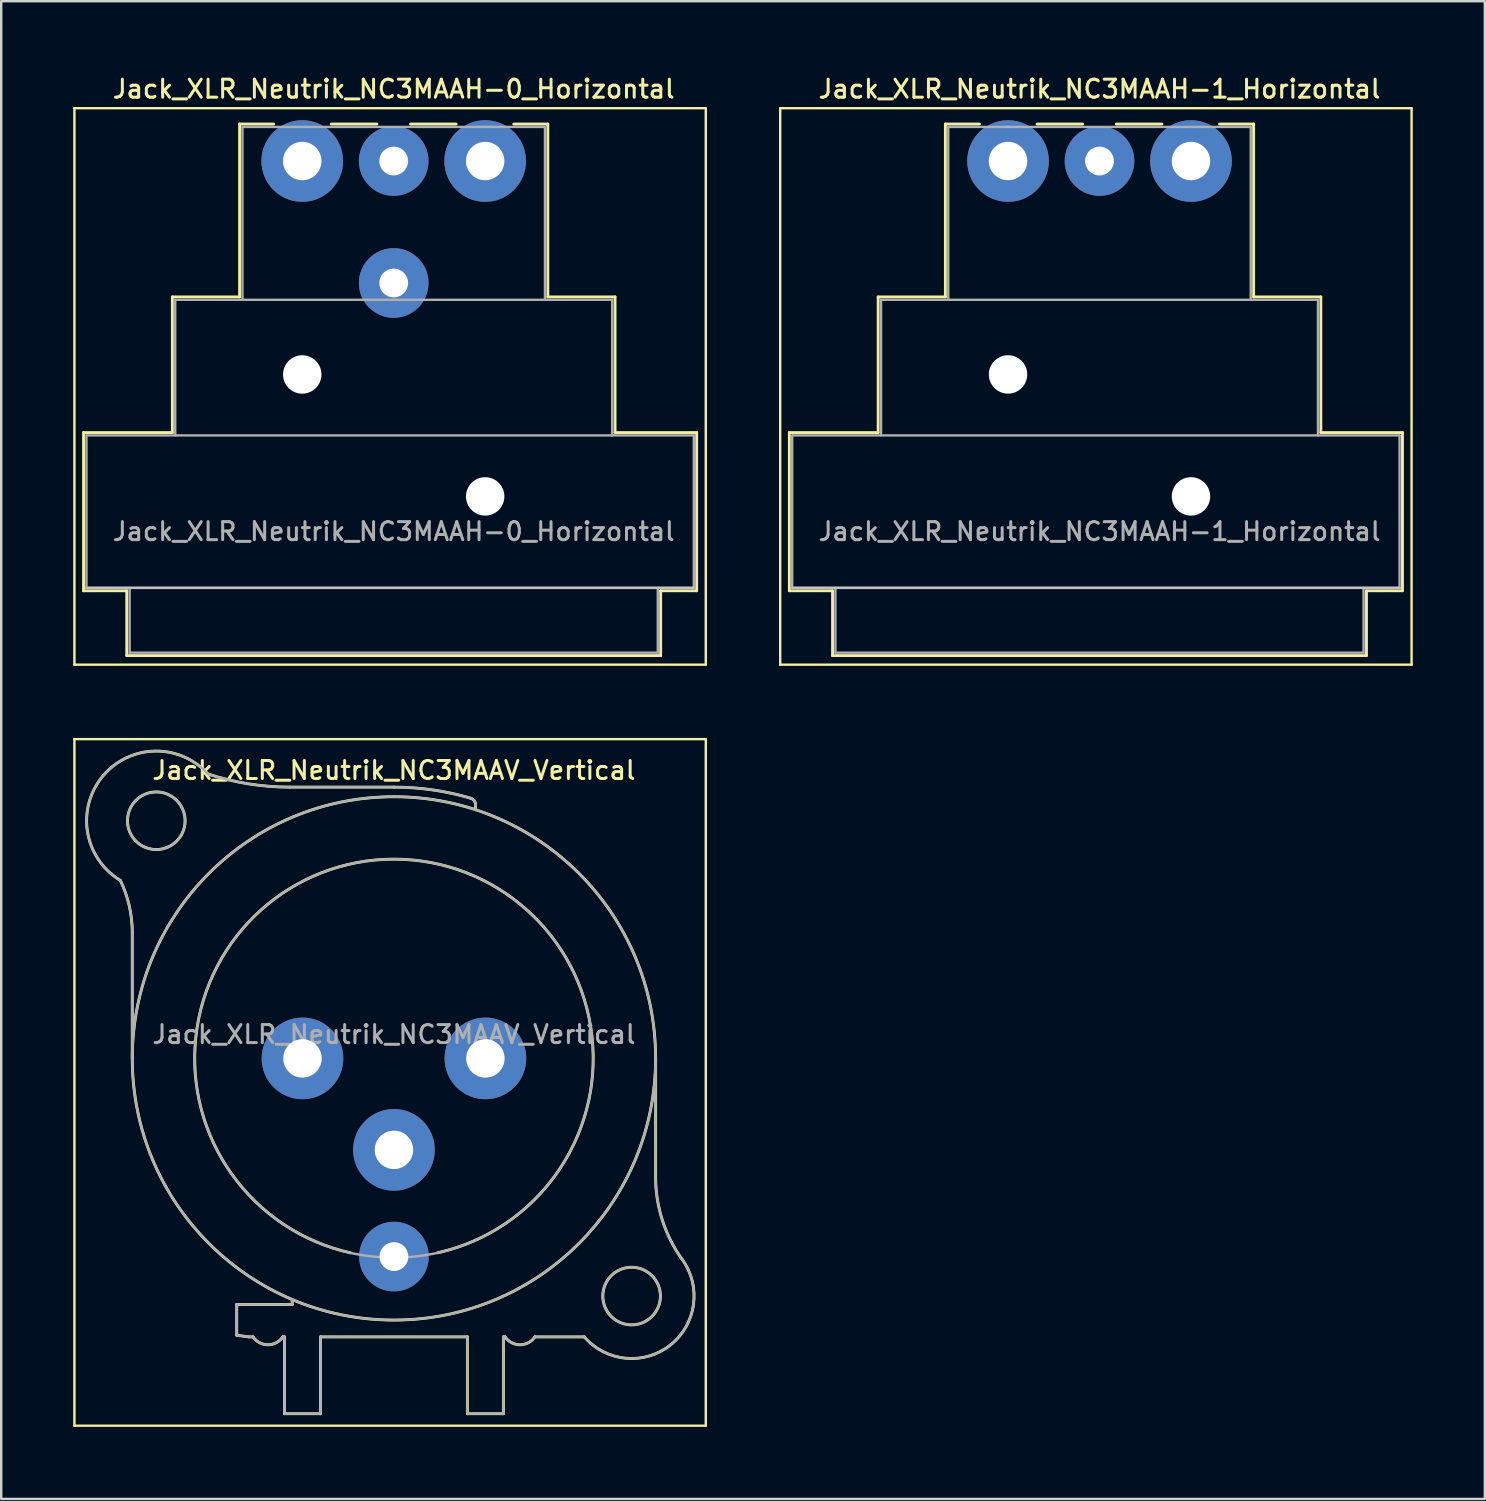
<source format=kicad_pcb>
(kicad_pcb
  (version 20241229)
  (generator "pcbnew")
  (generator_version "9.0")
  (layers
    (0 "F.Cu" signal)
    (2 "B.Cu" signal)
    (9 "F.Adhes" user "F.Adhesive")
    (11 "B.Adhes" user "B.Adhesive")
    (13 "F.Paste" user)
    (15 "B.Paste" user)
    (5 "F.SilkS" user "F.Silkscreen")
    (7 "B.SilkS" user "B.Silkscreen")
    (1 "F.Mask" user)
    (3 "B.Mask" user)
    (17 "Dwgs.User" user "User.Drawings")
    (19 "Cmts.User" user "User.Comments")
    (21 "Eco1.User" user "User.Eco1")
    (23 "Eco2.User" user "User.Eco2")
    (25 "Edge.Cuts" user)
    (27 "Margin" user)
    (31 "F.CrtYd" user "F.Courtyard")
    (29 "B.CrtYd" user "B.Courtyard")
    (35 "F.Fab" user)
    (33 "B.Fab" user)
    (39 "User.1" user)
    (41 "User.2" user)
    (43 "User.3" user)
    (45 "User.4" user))
  (footprint "Jack_XLR_Neutrik_NC3MAAH-1_Horizontal"
    (layer "F.Cu")
    (at 38.94 3.658)
    (property "Reference" "Jack_XLR_Neutrik_NC3MAAH-1_Horizontal" (at 3.81 -3 0) (layer "F.SilkS") (effects (font (size 0.75 0.75) (thickness 0.125))))
    (attr through_hole)
    (fp_line (start -9.49 20.98) (end -9.49 -2.2) (stroke (width 0.1) (type solid)) (layer "F.SilkS"))
    (fp_line (start -9.11 11.31) (end -5.41 11.31) (stroke (width 0.12) (type solid)) (layer "F.SilkS"))
    (fp_line (start -9.11 17.9) (end -9.11 11.31) (stroke (width 0.12) (type solid)) (layer "F.SilkS"))
    (fp_line (start -7.31 17.9) (end -9.11 17.9) (stroke (width 0.12) (type solid)) (layer "F.SilkS"))
    (fp_line (start -7.31 17.9) (end -7.31 20.6) (stroke (width 0.12) (type solid)) (layer "F.SilkS"))
    (fp_line (start -5.41 11.31) (end -5.41 5.66) (stroke (width 0.12) (type solid)) (layer "F.SilkS"))
    (fp_line (start -2.61 5.66) (end -5.41 5.66) (stroke (width 0.12) (type solid)) (layer "F.SilkS"))
    (fp_line (start -2.61 5.66) (end -2.61 -1.54) (stroke (width 0.12) (type solid)) (layer "F.SilkS"))
    (fp_line (start -1.19 -1.54) (end -2.61 -1.54) (stroke (width 0.12) (type solid)) (layer "F.SilkS"))
    (fp_line (start 3.11 -1.54) (end 1.21 -1.54) (stroke (width 0.12) (type solid)) (layer "F.SilkS"))
    (fp_line (start 4.51 -1.54) (end 6.41 -1.54) (stroke (width 0.12) (type solid)) (layer "F.SilkS"))
    (fp_line (start 10.23 -1.54) (end 8.81 -1.54) (stroke (width 0.12) (type solid)) (layer "F.SilkS"))
    (fp_line (start 10.23 5.66) (end 10.23 -1.54) (stroke (width 0.12) (type solid)) (layer "F.SilkS"))
    (fp_line (start 10.23 5.66) (end 13.03 5.66) (stroke (width 0.12) (type solid)) (layer "F.SilkS"))
    (fp_line (start 13.03 11.31) (end 13.03 5.66) (stroke (width 0.12) (type solid)) (layer "F.SilkS"))
    (fp_line (start 13.03 11.31) (end 16.43 11.31) (stroke (width 0.12) (type solid)) (layer "F.SilkS"))
    (fp_line (start 14.93 17.9) (end 14.93 20.6) (stroke (width 0.12) (type solid)) (layer "F.SilkS"))
    (fp_line (start 14.93 20.6) (end -7.31 20.6) (stroke (width 0.12) (type solid)) (layer "F.SilkS"))
    (fp_line (start 16.43 17.9) (end 14.93 17.9) (stroke (width 0.12) (type solid)) (layer "F.SilkS"))
    (fp_line (start 16.43 17.9) (end 16.43 11.31) (stroke (width 0.12) (type solid)) (layer "F.SilkS"))
    (fp_line (start 16.81 -2.2) (end -9.49 -2.2) (stroke (width 0.1) (type solid)) (layer "F.SilkS"))
    (fp_line (start 16.81 20.98) (end -9.49 20.98) (stroke (width 0.1) (type solid)) (layer "F.SilkS"))
    (fp_line (start 16.81 20.98) (end 16.81 -2.2) (stroke (width 0.1) (type solid)) (layer "F.SilkS"))
    (fp_line (start 16.31 17.78) (end -8.99 17.78) (stroke (width 0.1) (type solid)) (layer "Dwgs.User"))
    (fp_line (start -8.99 11.43) (end 16.31 11.43) (stroke (width 0.1) (type solid)) (layer "F.Fab"))
    (fp_line (start -8.99 17.78) (end -8.99 11.43) (stroke (width 0.1) (type solid)) (layer "F.Fab"))
    (fp_line (start -7.19 20.48) (end -7.19 17.78) (stroke (width 0.1) (type solid)) (layer "F.Fab"))
    (fp_line (start -5.29 5.78) (end -5.29 11.43) (stroke (width 0.1) (type solid)) (layer "F.Fab"))
    (fp_line (start -5.29 5.78) (end 12.91 5.78) (stroke (width 0.1) (type solid)) (layer "F.Fab"))
    (fp_line (start -2.49 5.78) (end -2.49 -1.42) (stroke (width 0.1) (type solid)) (layer "F.Fab"))
    (fp_line (start 10.11 -1.42) (end -2.49 -1.42) (stroke (width 0.1) (type solid)) (layer "F.Fab"))
    (fp_line (start 10.11 5.78) (end 10.11 -1.42) (stroke (width 0.1) (type solid)) (layer "F.Fab"))
    (fp_line (start 12.91 11.43) (end 12.91 5.78) (stroke (width 0.1) (type solid)) (layer "F.Fab"))
    (fp_line (start 14.81 17.78) (end 14.81 20.48) (stroke (width 0.1) (type solid)) (layer "F.Fab"))
    (fp_line (start 14.81 20.48) (end -7.19 20.48) (stroke (width 0.1) (type solid)) (layer "F.Fab"))
    (fp_line (start 16.31 11.43) (end 16.31 17.78) (stroke (width 0.1) (type solid)) (layer "F.Fab"))
    (fp_line (start 16.31 17.78) (end -8.99 17.78) (stroke (width 0.1) (type solid)) (layer "F.Fab"))
    (fp_text user "${REFERENCE}" (at 3.81 15.43 0) (layer "F.Fab") (effects (font (size 0.75 0.75) (thickness 0.125))))
    (pad "" np_thru_hole circle (at 0 8.89) (size 1.6 1.6) (drill 1.6) (layers "*.Cu" "*.Mask"))
    (pad "" np_thru_hole circle (at 7.62 13.97) (size 1.6 1.6) (drill 1.6) (layers "*.Cu" "*.Mask"))
    (pad "1" thru_hole circle (at 0 0) (size 3.4 3.4) (drill 1.6) (layers "*.Cu" "*.Mask"))
    (pad "2" thru_hole circle (at 7.62 0) (size 3.4 3.4) (drill 1.6) (layers "*.Cu" "*.Mask"))
    (pad "3" thru_hole circle (at 3.81 0) (size 2.9 2.9) (drill 1.2) (layers "*.Cu" "*.Mask")))
  (footprint "Jack_XLR_Neutrik_NC3MAAV_Vertical"
    (layer "F.Cu")
    (at 9.55 41.038)
    (property "Reference" "Jack_XLR_Neutrik_NC3MAAV_Vertical" (at 3.81 -12 0) (layer "F.SilkS") (effects (font (size 0.75 0.75) (thickness 0.125))))
    (attr through_hole)
    (fp_line (start -9.5 -13.3) (end 16.8 -13.3) (stroke (width 0.1) (type solid)) (layer "F.SilkS"))
    (fp_line (start -9.5 15.3) (end -9.5 -13.3) (stroke (width 0.1) (type solid)) (layer "F.SilkS"))
    (fp_line (start -7.09 -5.24) (end -7.09 0) (stroke (width 0.12) (type solid)) (layer "F.SilkS"))
    (fp_line (start -2.74 11.53) (end -2.74 10.25) (stroke (width 0.12) (type solid)) (layer "F.SilkS"))
    (fp_line (start -2.74 11.53) (end -2.24 11.6) (stroke (width 0.12) (type solid)) (layer "F.SilkS"))
    (fp_line (start -2.24 11.6) (end -2.06 11.6) (stroke (width 0.12) (type solid)) (layer "F.SilkS"))
    (fp_line (start -0.75 11.6) (end -0.82 11.6) (stroke (width 0.12) (type solid)) (layer "F.SilkS"))
    (fp_line (start -0.75 11.6) (end -0.75 14.8) (stroke (width 0.12) (type solid)) (layer "F.SilkS"))
    (fp_line (start -0.43 10.25) (end -2.74 10.25) (stroke (width 0.12) (type solid)) (layer "F.SilkS"))
    (fp_line (start -0.43 10.25) (end -0.43 10.05) (stroke (width 0.12) (type solid)) (layer "F.SilkS"))
    (fp_line (start 0.75 11.6) (end 0.75 14.8) (stroke (width 0.12) (type solid)) (layer "F.SilkS"))
    (fp_line (start 0.75 11.6) (end 6.87 11.6) (stroke (width 0.12) (type solid)) (layer "F.SilkS"))
    (fp_line (start 0.75 14.8) (end -0.75 14.8) (stroke (width 0.12) (type solid)) (layer "F.SilkS"))
    (fp_line (start 3.81 -11.3) (end -0.53 -11.3) (stroke (width 0.12) (type solid)) (layer "F.SilkS"))
    (fp_line (start 6.87 11.6) (end 6.87 14.8) (stroke (width 0.12) (type solid)) (layer "F.SilkS"))
    (fp_line (start 7.21 -10.36) (end 7.21 -10.55) (stroke (width 0.12) (type solid)) (layer "F.SilkS"))
    (fp_line (start 8.37 11.6) (end 8.37 14.8) (stroke (width 0.12) (type solid)) (layer "F.SilkS"))
    (fp_line (start 8.37 11.6) (end 8.44 11.6) (stroke (width 0.12) (type solid)) (layer "F.SilkS"))
    (fp_line (start 8.37 14.8) (end 6.87 14.8) (stroke (width 0.12) (type solid)) (layer "F.SilkS"))
    (fp_line (start 9.68 11.6) (end 11.74 11.6) (stroke (width 0.12) (type solid)) (layer "F.SilkS"))
    (fp_line (start 14.71 4.95) (end 14.71 0) (stroke (width 0.12) (type solid)) (layer "F.SilkS"))
    (fp_line (start 16.8 -13.3) (end 16.8 15.3) (stroke (width 0.1) (type solid)) (layer "F.SilkS"))
    (fp_line (start 16.8 15.3) (end -9.5 15.3) (stroke (width 0.1) (type solid)) (layer "F.SilkS"))
    (fp_arc (start -7.588965 -7.414421) (mid -8.331551 -11.74403) (end -3.94 -11.85) (stroke (width 0.12) (type solid)) (layer "F.SilkS"))
    (fp_arc (start -7.584615 -7.408295) (mid -7.215222 -6.351997) (end -7.09 -5.24) (stroke (width 0.12) (type solid)) (layer "F.SilkS"))
    (fp_arc (start -0.820521 11.600769) (mid -1.440464 11.928866) (end -2.06 11.6) (stroke (width 0.12) (type solid)) (layer "F.SilkS"))
    (fp_arc (start -0.53 -11.3) (mid -2.253923 -11.43719) (end -3.934451 -11.845305) (stroke (width 0.12) (type solid)) (layer "F.SilkS"))
    (fp_arc (start 2 8.1) (mid 3.802206 -8.299761) (end 5.635209 8.096586) (stroke (width 0.12) (type solid)) (layer "F.SilkS"))
    (fp_arc (start 3.81 -11.3) (mid 5.421707 -11.184471) (end 7.000458 -10.840248) (stroke (width 0.12) (type solid)) (layer "F.SilkS"))
    (fp_arc (start 7.004232 -10.837678) (mid 7.156013 -10.728814) (end 7.21 -10.55) (stroke (width 0.12) (type solid)) (layer "F.SilkS"))
    (fp_arc (start 9.679479 11.600769) (mid 9.059536 11.928866) (end 8.44 11.6) (stroke (width 0.12) (type solid)) (layer "F.SilkS"))
    (fp_arc (start 15.815277 8.372002) (mid 14.993173 6.748036) (end 14.71 4.95) (stroke (width 0.12) (type solid)) (layer "F.SilkS"))
    (fp_arc (start 15.815343 8.370807) (mid 15.326014 11.93946) (end 11.74 11.6) (stroke (width 0.12) (type solid)) (layer "F.SilkS"))
    (fp_circle (center -6.09 -9.9) (end -4.89 -9.9) (stroke (width 0.12) (type solid)) (fill no) (layer "F.SilkS"))
    (fp_circle (center 3.81 0) (end 14.71 0) (stroke (width 0.12) (type solid)) (fill no) (layer "F.SilkS"))
    (fp_circle (center 13.71 9.9) (end 14.91 9.9) (stroke (width 0.12) (type solid)) (fill no) (layer "F.SilkS"))
    (fp_line (start -7.09 -5.24) (end -7.09 0) (stroke (width 0.1) (type solid)) (layer "F.Fab"))
    (fp_line (start -2.74 11.53) (end -2.74 10.25) (stroke (width 0.1) (type solid)) (layer "F.Fab"))
    (fp_line (start -2.74 11.53) (end -2.24 11.6) (stroke (width 0.1) (type solid)) (layer "F.Fab"))
    (fp_line (start -2.24 11.6) (end -2.06 11.6) (stroke (width 0.1) (type solid)) (layer "F.Fab"))
    (fp_line (start -0.75 11.6) (end -0.82 11.6) (stroke (width 0.1) (type solid)) (layer "F.Fab"))
    (fp_line (start -0.75 11.6) (end -0.75 14.8) (stroke (width 0.1) (type solid)) (layer "F.Fab"))
    (fp_line (start -0.43 10.25) (end -2.74 10.25) (stroke (width 0.1) (type solid)) (layer "F.Fab"))
    (fp_line (start -0.43 10.25) (end -0.43 10.05) (stroke (width 0.1) (type solid)) (layer "F.Fab"))
    (fp_line (start 0.75 11.6) (end 0.75 14.8) (stroke (width 0.1) (type solid)) (layer "F.Fab"))
    (fp_line (start 0.75 11.6) (end 6.87 11.6) (stroke (width 0.1) (type solid)) (layer "F.Fab"))
    (fp_line (start 0.75 14.8) (end -0.75 14.8) (stroke (width 0.1) (type solid)) (layer "F.Fab"))
    (fp_line (start 3.81 -11.3) (end -0.53 -11.3) (stroke (width 0.1) (type solid)) (layer "F.Fab"))
    (fp_line (start 6.87 11.6) (end 6.87 14.8) (stroke (width 0.1) (type solid)) (layer "F.Fab"))
    (fp_line (start 7.21 -10.36) (end 7.21 -10.55) (stroke (width 0.1) (type solid)) (layer "F.Fab"))
    (fp_line (start 8.37 11.6) (end 8.37 14.8) (stroke (width 0.1) (type solid)) (layer "F.Fab"))
    (fp_line (start 8.37 11.6) (end 8.44 11.6) (stroke (width 0.1) (type solid)) (layer "F.Fab"))
    (fp_line (start 8.37 14.8) (end 6.87 14.8) (stroke (width 0.1) (type solid)) (layer "F.Fab"))
    (fp_line (start 9.68 11.6) (end 11.74 11.6) (stroke (width 0.1) (type solid)) (layer "F.Fab"))
    (fp_line (start 14.71 4.95) (end 14.71 0) (stroke (width 0.1) (type solid)) (layer "F.Fab"))
    (fp_arc (start -7.588965 -7.414421) (mid -8.331551 -11.74403) (end -3.94 -11.85) (stroke (width 0.1) (type solid)) (layer "F.Fab"))
    (fp_arc (start -7.584615 -7.408295) (mid -7.215222 -6.351997) (end -7.09 -5.24) (stroke (width 0.1) (type solid)) (layer "F.Fab"))
    (fp_arc (start -0.820521 11.600769) (mid -1.440464 11.928866) (end -2.06 11.6) (stroke (width 0.1) (type solid)) (layer "F.Fab"))
    (fp_arc (start -0.53 -11.3) (mid -2.253923 -11.43719) (end -3.934451 -11.845305) (stroke (width 0.1) (type solid)) (layer "F.Fab"))
    (fp_arc (start 3.81 -11.3) (mid 5.421707 -11.184471) (end 7.000458 -10.840248) (stroke (width 0.1) (type solid)) (layer "F.Fab"))
    (fp_arc (start 7.004232 -10.837678) (mid 7.156013 -10.728814) (end 7.21 -10.55) (stroke (width 0.1) (type solid)) (layer "F.Fab"))
    (fp_arc (start 9.679479 11.600769) (mid 9.059536 11.928866) (end 8.44 11.6) (stroke (width 0.1) (type solid)) (layer "F.Fab"))
    (fp_arc (start 15.815277 8.372002) (mid 14.993173 6.748036) (end 14.71 4.95) (stroke (width 0.1) (type solid)) (layer "F.Fab"))
    (fp_arc (start 15.815343 8.370807) (mid 15.326014 11.93946) (end 11.74 11.6) (stroke (width 0.1) (type solid)) (layer "F.Fab"))
    (fp_circle (center -6.09 -9.9) (end -4.89 -9.9) (stroke (width 0.1) (type solid)) (fill no) (layer "F.Fab"))
    (fp_circle (center 3.81 0) (end 12.11 0) (stroke (width 0.1) (type solid)) (fill no) (layer "F.Fab"))
    (fp_circle (center 3.81 0) (end 14.71 0) (stroke (width 0.1) (type solid)) (fill no) (layer "F.Fab"))
    (fp_circle (center 13.71 9.9) (end 14.91 9.9) (stroke (width 0.1) (type solid)) (fill no) (layer "F.Fab"))
    (fp_text user "${REFERENCE}" (at 3.81 -1 0) (layer "F.Fab") (effects (font (size 0.75 0.75) (thickness 0.125))))
    (pad "1" thru_hole circle (at 0 0) (size 3.4 3.4) (drill 1.6) (layers "*.Cu" "*.Mask"))
    (pad "2" thru_hole circle (at 7.62 0) (size 3.4 3.4) (drill 1.6) (layers "*.Cu" "*.Mask"))
    (pad "3" thru_hole circle (at 3.81 3.81) (size 3.4 3.4) (drill 1.6) (layers "*.Cu" "*.Mask"))
    (pad "G" thru_hole circle (at 3.81 8.255) (size 2.9 2.9) (drill 1.2) (layers "*.Cu" "*.Mask")))
  (footprint "Jack_XLR_Neutrik_NC3MAAH-0_Horizontal"
    (layer "F.Cu")
    (at 9.54 3.658)
    (property "Reference" "Jack_XLR_Neutrik_NC3MAAH-0_Horizontal" (at 3.81 -3 0) (layer "F.SilkS") (effects (font (size 0.75 0.75) (thickness 0.125))))
    (attr through_hole)
    (fp_line (start -9.49 20.98) (end -9.49 -2.2) (stroke (width 0.1) (type solid)) (layer "F.SilkS"))
    (fp_line (start -9.11 11.31) (end -5.41 11.31) (stroke (width 0.12) (type solid)) (layer "F.SilkS"))
    (fp_line (start -9.11 17.9) (end -9.11 11.31) (stroke (width 0.12) (type solid)) (layer "F.SilkS"))
    (fp_line (start -7.31 17.9) (end -9.11 17.9) (stroke (width 0.12) (type solid)) (layer "F.SilkS"))
    (fp_line (start -7.31 17.9) (end -7.31 20.6) (stroke (width 0.12) (type solid)) (layer "F.SilkS"))
    (fp_line (start -5.41 11.31) (end -5.41 5.66) (stroke (width 0.12) (type solid)) (layer "F.SilkS"))
    (fp_line (start -2.61 5.66) (end -5.41 5.66) (stroke (width 0.12) (type solid)) (layer "F.SilkS"))
    (fp_line (start -2.61 5.66) (end -2.61 -1.54) (stroke (width 0.12) (type solid)) (layer "F.SilkS"))
    (fp_line (start -1.19 -1.54) (end -2.61 -1.54) (stroke (width 0.12) (type solid)) (layer "F.SilkS"))
    (fp_line (start 3.11 -1.54) (end 1.21 -1.54) (stroke (width 0.12) (type solid)) (layer "F.SilkS"))
    (fp_line (start 4.51 -1.54) (end 6.41 -1.54) (stroke (width 0.12) (type solid)) (layer "F.SilkS"))
    (fp_line (start 10.23 -1.54) (end 8.81 -1.54) (stroke (width 0.12) (type solid)) (layer "F.SilkS"))
    (fp_line (start 10.23 5.66) (end 10.23 -1.54) (stroke (width 0.12) (type solid)) (layer "F.SilkS"))
    (fp_line (start 10.23 5.66) (end 13.03 5.66) (stroke (width 0.12) (type solid)) (layer "F.SilkS"))
    (fp_line (start 13.03 11.31) (end 13.03 5.66) (stroke (width 0.12) (type solid)) (layer "F.SilkS"))
    (fp_line (start 13.03 11.31) (end 16.43 11.31) (stroke (width 0.12) (type solid)) (layer "F.SilkS"))
    (fp_line (start 14.93 17.9) (end 14.93 20.6) (stroke (width 0.12) (type solid)) (layer "F.SilkS"))
    (fp_line (start 14.93 20.6) (end -7.31 20.6) (stroke (width 0.12) (type solid)) (layer "F.SilkS"))
    (fp_line (start 16.43 17.9) (end 14.93 17.9) (stroke (width 0.12) (type solid)) (layer "F.SilkS"))
    (fp_line (start 16.43 17.9) (end 16.43 11.31) (stroke (width 0.12) (type solid)) (layer "F.SilkS"))
    (fp_line (start 16.81 -2.2) (end -9.49 -2.2) (stroke (width 0.1) (type solid)) (layer "F.SilkS"))
    (fp_line (start 16.81 20.98) (end -9.49 20.98) (stroke (width 0.1) (type solid)) (layer "F.SilkS"))
    (fp_line (start 16.81 20.98) (end 16.81 -2.2) (stroke (width 0.1) (type solid)) (layer "F.SilkS"))
    (fp_line (start 16.31 17.78) (end -8.99 17.78) (stroke (width 0.1) (type solid)) (layer "Dwgs.User"))
    (fp_line (start -8.99 11.43) (end 16.31 11.43) (stroke (width 0.1) (type solid)) (layer "F.Fab"))
    (fp_line (start -8.99 17.78) (end -8.99 11.43) (stroke (width 0.1) (type solid)) (layer "F.Fab"))
    (fp_line (start -7.19 20.48) (end -7.19 17.78) (stroke (width 0.1) (type solid)) (layer "F.Fab"))
    (fp_line (start -5.29 5.78) (end -5.29 11.43) (stroke (width 0.1) (type solid)) (layer "F.Fab"))
    (fp_line (start -5.29 5.78) (end 12.91 5.78) (stroke (width 0.1) (type solid)) (layer "F.Fab"))
    (fp_line (start -2.49 5.78) (end -2.49 -1.42) (stroke (width 0.1) (type solid)) (layer "F.Fab"))
    (fp_line (start 10.11 -1.42) (end -2.49 -1.42) (stroke (width 0.1) (type solid)) (layer "F.Fab"))
    (fp_line (start 10.11 5.78) (end 10.11 -1.42) (stroke (width 0.1) (type solid)) (layer "F.Fab"))
    (fp_line (start 12.91 11.43) (end 12.91 5.78) (stroke (width 0.1) (type solid)) (layer "F.Fab"))
    (fp_line (start 14.81 17.78) (end 14.81 20.48) (stroke (width 0.1) (type solid)) (layer "F.Fab"))
    (fp_line (start 14.81 20.48) (end -7.19 20.48) (stroke (width 0.1) (type solid)) (layer "F.Fab"))
    (fp_line (start 16.31 11.43) (end 16.31 17.78) (stroke (width 0.1) (type solid)) (layer "F.Fab"))
    (fp_line (start 16.31 17.78) (end -8.99 17.78) (stroke (width 0.1) (type solid)) (layer "F.Fab"))
    (fp_text user "${REFERENCE}" (at 3.81 15.43 0) (layer "F.Fab") (effects (font (size 0.75 0.75) (thickness 0.125))))
    (pad "" np_thru_hole circle (at 0 8.89) (size 1.6 1.6) (drill 1.6) (layers "*.Cu" "*.Mask"))
    (pad "" np_thru_hole circle (at 7.62 13.97) (size 1.6 1.6) (drill 1.6) (layers "*.Cu" "*.Mask"))
    (pad "1" thru_hole circle (at 0 0) (size 3.4 3.4) (drill 1.6) (layers "*.Cu" "*.Mask"))
    (pad "2" thru_hole circle (at 7.62 0) (size 3.4 3.4) (drill 1.6) (layers "*.Cu" "*.Mask"))
    (pad "3" thru_hole circle (at 3.81 0) (size 2.9 2.9) (drill 1.2) (layers "*.Cu" "*.Mask"))
    (pad "G" thru_hole circle (at 3.81 5.08) (size 2.9 2.9) (drill 1.2) (layers "*.Cu" "*.Mask")))
  (gr_rect
    (start -3 -3)
    (end 58.8 59.388)
    (stroke (width 0.1) (type default))
    (fill no)
    (layer "Edge.Cuts")))
</source>
